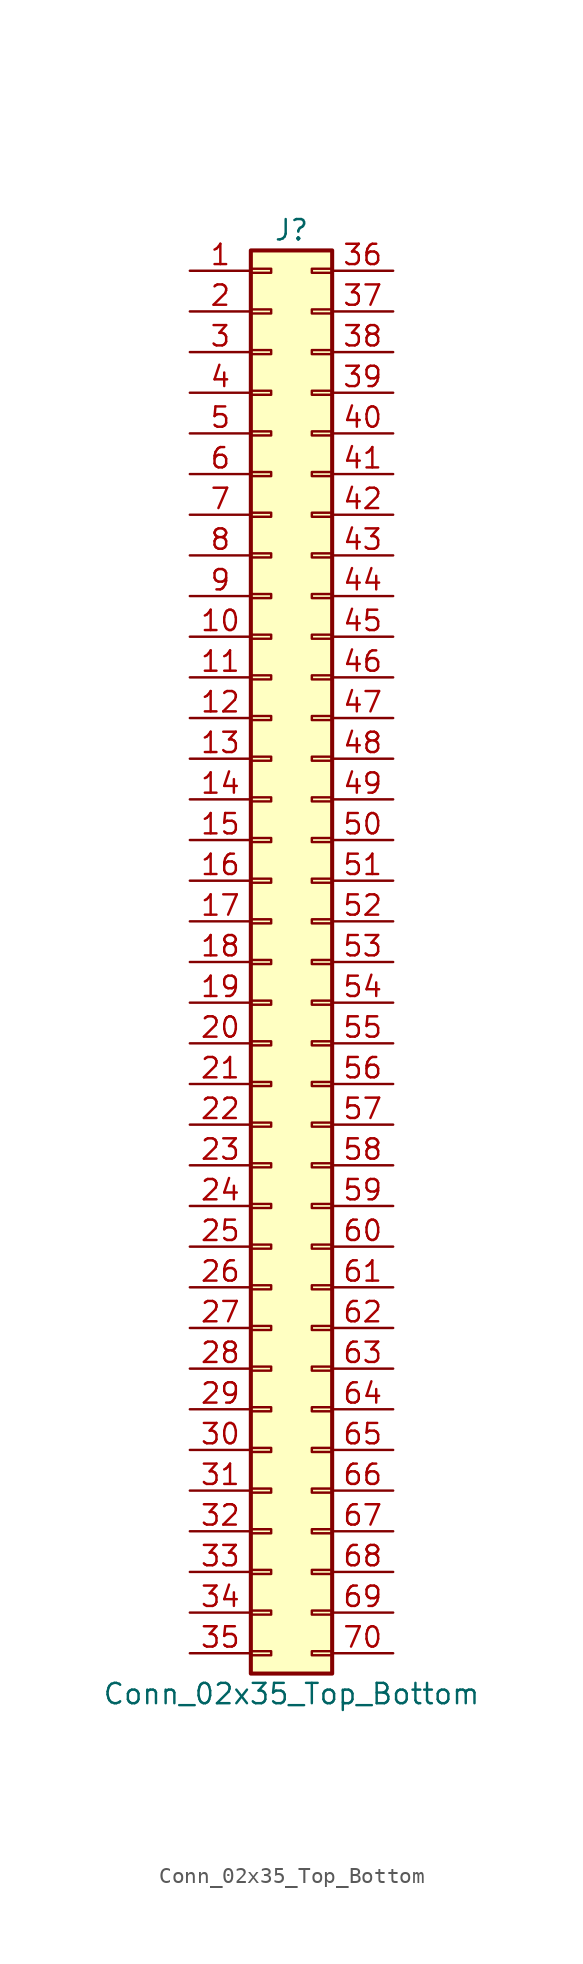
<source format=kicad_sym>
(kicad_symbol_lib
  (version 20211014)
  (generator kicad_symbol_editor)
  (symbol "Conn_02x35_Top_Bottom"
    (pin_names
      (offset 1.016) hide)
    (property "Reference" "J"
      (at 1.27 45.72 0)
      (effects (font (size 1.27 1.27))))
    (property "Value" "Conn_02x35_Top_Bottom"
      (at 1.27 -45.72 0)
      (effects (font (size 1.27 1.27))))
    (symbol "Conn_02x35_Top_Bottom_1_1"
      (rectangle (start -1.27 -43.053) (end 0 -43.307) (stroke (width 0.152) (type default) (color 0 0 0 0)) (fill (type none)))
      (rectangle (start -1.27 -40.513) (end 0 -40.767) (stroke (width 0.152) (type default) (color 0 0 0 0)) (fill (type none)))
      (rectangle (start -1.27 -37.973) (end 0 -38.227) (stroke (width 0.152) (type default) (color 0 0 0 0)) (fill (type none)))
      (rectangle (start -1.27 -35.433) (end 0 -35.687) (stroke (width 0.152) (type default) (color 0 0 0 0)) (fill (type none)))
      (rectangle (start -1.27 -32.893) (end 0 -33.147) (stroke (width 0.152) (type default) (color 0 0 0 0)) (fill (type none)))
      (rectangle (start -1.27 -30.353) (end 0 -30.607) (stroke (width 0.152) (type default) (color 0 0 0 0)) (fill (type none)))
      (rectangle (start -1.27 -27.813) (end 0 -28.067) (stroke (width 0.152) (type default) (color 0 0 0 0)) (fill (type none)))
      (rectangle (start -1.27 -25.273) (end 0 -25.527) (stroke (width 0.152) (type default) (color 0 0 0 0)) (fill (type none)))
      (rectangle (start -1.27 -22.733) (end 0 -22.987) (stroke (width 0.152) (type default) (color 0 0 0 0)) (fill (type none)))
      (rectangle (start -1.27 -20.193) (end 0 -20.447) (stroke (width 0.152) (type default) (color 0 0 0 0)) (fill (type none)))
      (rectangle (start -1.27 -17.653) (end 0 -17.907) (stroke (width 0.152) (type default) (color 0 0 0 0)) (fill (type none)))
      (rectangle (start -1.27 -15.113) (end 0 -15.367) (stroke (width 0.152) (type default) (color 0 0 0 0)) (fill (type none)))
      (rectangle (start -1.27 -12.573) (end 0 -12.827) (stroke (width 0.152) (type default) (color 0 0 0 0)) (fill (type none)))
      (rectangle (start -1.27 -10.033) (end 0 -10.287) (stroke (width 0.152) (type default) (color 0 0 0 0)) (fill (type none)))
      (rectangle (start -1.27 -7.493) (end 0 -7.747) (stroke (width 0.152) (type default) (color 0 0 0 0)) (fill (type none)))
      (rectangle (start -1.27 -4.953) (end 0 -5.207) (stroke (width 0.152) (type default) (color 0 0 0 0)) (fill (type none)))
      (rectangle (start -1.27 -2.413) (end 0 -2.667) (stroke (width 0.152) (type default) (color 0 0 0 0)) (fill (type none)))
      (rectangle (start -1.27 0.127) (end 0 -0.127) (stroke (width 0.152) (type default) (color 0 0 0 0)) (fill (type none)))
      (rectangle (start -1.27 2.667) (end 0 2.413) (stroke (width 0.152) (type default) (color 0 0 0 0)) (fill (type none)))
      (rectangle (start -1.27 5.207) (end 0 4.953) (stroke (width 0.152) (type default) (color 0 0 0 0)) (fill (type none)))
      (rectangle (start -1.27 7.747) (end 0 7.493) (stroke (width 0.152) (type default) (color 0 0 0 0)) (fill (type none)))
      (rectangle (start -1.27 10.287) (end 0 10.033) (stroke (width 0.152) (type default) (color 0 0 0 0)) (fill (type none)))
      (rectangle (start -1.27 12.827) (end 0 12.573) (stroke (width 0.152) (type default) (color 0 0 0 0)) (fill (type none)))
      (rectangle (start -1.27 15.367) (end 0 15.113) (stroke (width 0.152) (type default) (color 0 0 0 0)) (fill (type none)))
      (rectangle (start -1.27 17.907) (end 0 17.653) (stroke (width 0.152) (type default) (color 0 0 0 0)) (fill (type none)))
      (rectangle (start -1.27 20.447) (end 0 20.193) (stroke (width 0.152) (type default) (color 0 0 0 0)) (fill (type none)))
      (rectangle (start -1.27 22.987) (end 0 22.733) (stroke (width 0.152) (type default) (color 0 0 0 0)) (fill (type none)))
      (rectangle (start -1.27 25.527) (end 0 25.273) (stroke (width 0.152) (type default) (color 0 0 0 0)) (fill (type none)))
      (rectangle (start -1.27 28.067) (end 0 27.813) (stroke (width 0.152) (type default) (color 0 0 0 0)) (fill (type none)))
      (rectangle (start -1.27 30.607) (end 0 30.353) (stroke (width 0.152) (type default) (color 0 0 0 0)) (fill (type none)))
      (rectangle (start -1.27 33.147) (end 0 32.893) (stroke (width 0.152) (type default) (color 0 0 0 0)) (fill (type none)))
      (rectangle (start -1.27 35.687) (end 0 35.433) (stroke (width 0.152) (type default) (color 0 0 0 0)) (fill (type none)))
      (rectangle (start -1.27 38.227) (end 0 37.973) (stroke (width 0.152) (type default) (color 0 0 0 0)) (fill (type none)))
      (rectangle (start -1.27 40.767) (end 0 40.513) (stroke (width 0.152) (type default) (color 0 0 0 0)) (fill (type none)))
      (rectangle (start -1.27 43.307) (end 0 43.053) (stroke (width 0.152) (type default) (color 0 0 0 0)) (fill (type none)))
      (rectangle (start -1.27 44.45) (end 3.81 -44.45) (stroke (width 0.254) (type default) (color 0 0 0 0)) (fill (type background)))
      (rectangle (start 3.81 -43.053) (end 2.54 -43.307) (stroke (width 0.152) (type default) (color 0 0 0 0)) (fill (type none)))
      (rectangle (start 3.81 -40.513) (end 2.54 -40.767) (stroke (width 0.152) (type default) (color 0 0 0 0)) (fill (type none)))
      (rectangle (start 3.81 -37.973) (end 2.54 -38.227) (stroke (width 0.152) (type default) (color 0 0 0 0)) (fill (type none)))
      (rectangle (start 3.81 -35.433) (end 2.54 -35.687) (stroke (width 0.152) (type default) (color 0 0 0 0)) (fill (type none)))
      (rectangle (start 3.81 -32.893) (end 2.54 -33.147) (stroke (width 0.152) (type default) (color 0 0 0 0)) (fill (type none)))
      (rectangle (start 3.81 -30.353) (end 2.54 -30.607) (stroke (width 0.152) (type default) (color 0 0 0 0)) (fill (type none)))
      (rectangle (start 3.81 -27.813) (end 2.54 -28.067) (stroke (width 0.152) (type default) (color 0 0 0 0)) (fill (type none)))
      (rectangle (start 3.81 -25.273) (end 2.54 -25.527) (stroke (width 0.152) (type default) (color 0 0 0 0)) (fill (type none)))
      (rectangle (start 3.81 -22.733) (end 2.54 -22.987) (stroke (width 0.152) (type default) (color 0 0 0 0)) (fill (type none)))
      (rectangle (start 3.81 -20.193) (end 2.54 -20.447) (stroke (width 0.152) (type default) (color 0 0 0 0)) (fill (type none)))
      (rectangle (start 3.81 -17.653) (end 2.54 -17.907) (stroke (width 0.152) (type default) (color 0 0 0 0)) (fill (type none)))
      (rectangle (start 3.81 -15.113) (end 2.54 -15.367) (stroke (width 0.152) (type default) (color 0 0 0 0)) (fill (type none)))
      (rectangle (start 3.81 -12.573) (end 2.54 -12.827) (stroke (width 0.152) (type default) (color 0 0 0 0)) (fill (type none)))
      (rectangle (start 3.81 -10.033) (end 2.54 -10.287) (stroke (width 0.152) (type default) (color 0 0 0 0)) (fill (type none)))
      (rectangle (start 3.81 -7.493) (end 2.54 -7.747) (stroke (width 0.152) (type default) (color 0 0 0 0)) (fill (type none)))
      (rectangle (start 3.81 -4.953) (end 2.54 -5.207) (stroke (width 0.152) (type default) (color 0 0 0 0)) (fill (type none)))
      (rectangle (start 3.81 -2.413) (end 2.54 -2.667) (stroke (width 0.152) (type default) (color 0 0 0 0)) (fill (type none)))
      (rectangle (start 3.81 0.127) (end 2.54 -0.127) (stroke (width 0.152) (type default) (color 0 0 0 0)) (fill (type none)))
      (rectangle (start 3.81 2.667) (end 2.54 2.413) (stroke (width 0.152) (type default) (color 0 0 0 0)) (fill (type none)))
      (rectangle (start 3.81 5.207) (end 2.54 4.953) (stroke (width 0.152) (type default) (color 0 0 0 0)) (fill (type none)))
      (rectangle (start 3.81 7.747) (end 2.54 7.493) (stroke (width 0.152) (type default) (color 0 0 0 0)) (fill (type none)))
      (rectangle (start 3.81 10.287) (end 2.54 10.033) (stroke (width 0.152) (type default) (color 0 0 0 0)) (fill (type none)))
      (rectangle (start 3.81 12.827) (end 2.54 12.573) (stroke (width 0.152) (type default) (color 0 0 0 0)) (fill (type none)))
      (rectangle (start 3.81 15.367) (end 2.54 15.113) (stroke (width 0.152) (type default) (color 0 0 0 0)) (fill (type none)))
      (rectangle (start 3.81 17.907) (end 2.54 17.653) (stroke (width 0.152) (type default) (color 0 0 0 0)) (fill (type none)))
      (rectangle (start 3.81 20.447) (end 2.54 20.193) (stroke (width 0.152) (type default) (color 0 0 0 0)) (fill (type none)))
      (rectangle (start 3.81 22.987) (end 2.54 22.733) (stroke (width 0.152) (type default) (color 0 0 0 0)) (fill (type none)))
      (rectangle (start 3.81 25.527) (end 2.54 25.273) (stroke (width 0.152) (type default) (color 0 0 0 0)) (fill (type none)))
      (rectangle (start 3.81 28.067) (end 2.54 27.813) (stroke (width 0.152) (type default) (color 0 0 0 0)) (fill (type none)))
      (rectangle (start 3.81 30.607) (end 2.54 30.353) (stroke (width 0.152) (type default) (color 0 0 0 0)) (fill (type none)))
      (rectangle (start 3.81 33.147) (end 2.54 32.893) (stroke (width 0.152) (type default) (color 0 0 0 0)) (fill (type none)))
      (rectangle (start 3.81 35.687) (end 2.54 35.433) (stroke (width 0.152) (type default) (color 0 0 0 0)) (fill (type none)))
      (rectangle (start 3.81 38.227) (end 2.54 37.973) (stroke (width 0.152) (type default) (color 0 0 0 0)) (fill (type none)))
      (rectangle (start 3.81 40.767) (end 2.54 40.513) (stroke (width 0.152) (type default) (color 0 0 0 0)) (fill (type none)))
      (rectangle (start 3.81 43.307) (end 2.54 43.053) (stroke (width 0.152) (type default) (color 0 0 0 0)) (fill (type none)))
      (pin passive line (at -5.08 43.18 0) (length 3.81) (name "Pin_1" (effects (font (size 1.27 1.27)))) (number "1" (effects (font (size 1.27 1.27)))))
      (pin passive line (at -5.08 20.32 0) (length 3.81) (name "Pin_10" (effects (font (size 1.27 1.27)))) (number "10" (effects (font (size 1.27 1.27)))))
      (pin passive line (at -5.08 17.78 0) (length 3.81) (name "Pin_11" (effects (font (size 1.27 1.27)))) (number "11" (effects (font (size 1.27 1.27)))))
      (pin passive line (at -5.08 15.24 0) (length 3.81) (name "Pin_12" (effects (font (size 1.27 1.27)))) (number "12" (effects (font (size 1.27 1.27)))))
      (pin passive line (at -5.08 12.7 0) (length 3.81) (name "Pin_13" (effects (font (size 1.27 1.27)))) (number "13" (effects (font (size 1.27 1.27)))))
      (pin passive line (at -5.08 10.16 0) (length 3.81) (name "Pin_14" (effects (font (size 1.27 1.27)))) (number "14" (effects (font (size 1.27 1.27)))))
      (pin passive line (at -5.08 7.62 0) (length 3.81) (name "Pin_15" (effects (font (size 1.27 1.27)))) (number "15" (effects (font (size 1.27 1.27)))))
      (pin passive line (at -5.08 5.08 0) (length 3.81) (name "Pin_16" (effects (font (size 1.27 1.27)))) (number "16" (effects (font (size 1.27 1.27)))))
      (pin passive line (at -5.08 2.54 0) (length 3.81) (name "Pin_17" (effects (font (size 1.27 1.27)))) (number "17" (effects (font (size 1.27 1.27)))))
      (pin passive line (at -5.08 0 0) (length 3.81) (name "Pin_18" (effects (font (size 1.27 1.27)))) (number "18" (effects (font (size 1.27 1.27)))))
      (pin passive line (at -5.08 -2.54 0) (length 3.81) (name "Pin_19" (effects (font (size 1.27 1.27)))) (number "19" (effects (font (size 1.27 1.27)))))
      (pin passive line (at -5.08 40.64 0) (length 3.81) (name "Pin_2" (effects (font (size 1.27 1.27)))) (number "2" (effects (font (size 1.27 1.27)))))
      (pin passive line (at -5.08 -5.08 0) (length 3.81) (name "Pin_20" (effects (font (size 1.27 1.27)))) (number "20" (effects (font (size 1.27 1.27)))))
      (pin passive line (at -5.08 -7.62 0) (length 3.81) (name "Pin_21" (effects (font (size 1.27 1.27)))) (number "21" (effects (font (size 1.27 1.27)))))
      (pin passive line (at -5.08 -10.16 0) (length 3.81) (name "Pin_22" (effects (font (size 1.27 1.27)))) (number "22" (effects (font (size 1.27 1.27)))))
      (pin passive line (at -5.08 -12.7 0) (length 3.81) (name "Pin_23" (effects (font (size 1.27 1.27)))) (number "23" (effects (font (size 1.27 1.27)))))
      (pin passive line (at -5.08 -15.24 0) (length 3.81) (name "Pin_24" (effects (font (size 1.27 1.27)))) (number "24" (effects (font (size 1.27 1.27)))))
      (pin passive line (at -5.08 -17.78 0) (length 3.81) (name "Pin_25" (effects (font (size 1.27 1.27)))) (number "25" (effects (font (size 1.27 1.27)))))
      (pin passive line (at -5.08 -20.32 0) (length 3.81) (name "Pin_26" (effects (font (size 1.27 1.27)))) (number "26" (effects (font (size 1.27 1.27)))))
      (pin passive line (at -5.08 -22.86 0) (length 3.81) (name "Pin_27" (effects (font (size 1.27 1.27)))) (number "27" (effects (font (size 1.27 1.27)))))
      (pin passive line (at -5.08 -25.4 0) (length 3.81) (name "Pin_28" (effects (font (size 1.27 1.27)))) (number "28" (effects (font (size 1.27 1.27)))))
      (pin passive line (at -5.08 -27.94 0) (length 3.81) (name "Pin_29" (effects (font (size 1.27 1.27)))) (number "29" (effects (font (size 1.27 1.27)))))
      (pin passive line (at -5.08 38.1 0) (length 3.81) (name "Pin_3" (effects (font (size 1.27 1.27)))) (number "3" (effects (font (size 1.27 1.27)))))
      (pin passive line (at -5.08 -30.48 0) (length 3.81) (name "Pin_30" (effects (font (size 1.27 1.27)))) (number "30" (effects (font (size 1.27 1.27)))))
      (pin passive line (at -5.08 -33.02 0) (length 3.81) (name "Pin_31" (effects (font (size 1.27 1.27)))) (number "31" (effects (font (size 1.27 1.27)))))
      (pin passive line (at -5.08 -35.56 0) (length 3.81) (name "Pin_32" (effects (font (size 1.27 1.27)))) (number "32" (effects (font (size 1.27 1.27)))))
      (pin passive line (at -5.08 -38.1 0) (length 3.81) (name "Pin_33" (effects (font (size 1.27 1.27)))) (number "33" (effects (font (size 1.27 1.27)))))
      (pin passive line (at -5.08 -40.64 0) (length 3.81) (name "Pin_34" (effects (font (size 1.27 1.27)))) (number "34" (effects (font (size 1.27 1.27)))))
      (pin passive line (at -5.08 -43.18 0) (length 3.81) (name "Pin_35" (effects (font (size 1.27 1.27)))) (number "35" (effects (font (size 1.27 1.27)))))
      (pin passive line (at 7.62 43.18 180) (length 3.81) (name "Pin_36" (effects (font (size 1.27 1.27)))) (number "36" (effects (font (size 1.27 1.27)))))
      (pin passive line (at 7.62 40.64 180) (length 3.81) (name "Pin_37" (effects (font (size 1.27 1.27)))) (number "37" (effects (font (size 1.27 1.27)))))
      (pin passive line (at 7.62 38.1 180) (length 3.81) (name "Pin_38" (effects (font (size 1.27 1.27)))) (number "38" (effects (font (size 1.27 1.27)))))
      (pin passive line (at 7.62 35.56 180) (length 3.81) (name "Pin_39" (effects (font (size 1.27 1.27)))) (number "39" (effects (font (size 1.27 1.27)))))
      (pin passive line (at -5.08 35.56 0) (length 3.81) (name "Pin_4" (effects (font (size 1.27 1.27)))) (number "4" (effects (font (size 1.27 1.27)))))
      (pin passive line (at 7.62 33.02 180) (length 3.81) (name "Pin_40" (effects (font (size 1.27 1.27)))) (number "40" (effects (font (size 1.27 1.27)))))
      (pin passive line (at 7.62 30.48 180) (length 3.81) (name "Pin_41" (effects (font (size 1.27 1.27)))) (number "41" (effects (font (size 1.27 1.27)))))
      (pin passive line (at 7.62 27.94 180) (length 3.81) (name "Pin_42" (effects (font (size 1.27 1.27)))) (number "42" (effects (font (size 1.27 1.27)))))
      (pin passive line (at 7.62 25.4 180) (length 3.81) (name "Pin_43" (effects (font (size 1.27 1.27)))) (number "43" (effects (font (size 1.27 1.27)))))
      (pin passive line (at 7.62 22.86 180) (length 3.81) (name "Pin_44" (effects (font (size 1.27 1.27)))) (number "44" (effects (font (size 1.27 1.27)))))
      (pin passive line (at 7.62 20.32 180) (length 3.81) (name "Pin_45" (effects (font (size 1.27 1.27)))) (number "45" (effects (font (size 1.27 1.27)))))
      (pin passive line (at 7.62 17.78 180) (length 3.81) (name "Pin_46" (effects (font (size 1.27 1.27)))) (number "46" (effects (font (size 1.27 1.27)))))
      (pin passive line (at 7.62 15.24 180) (length 3.81) (name "Pin_47" (effects (font (size 1.27 1.27)))) (number "47" (effects (font (size 1.27 1.27)))))
      (pin passive line (at 7.62 12.7 180) (length 3.81) (name "Pin_48" (effects (font (size 1.27 1.27)))) (number "48" (effects (font (size 1.27 1.27)))))
      (pin passive line (at 7.62 10.16 180) (length 3.81) (name "Pin_49" (effects (font (size 1.27 1.27)))) (number "49" (effects (font (size 1.27 1.27)))))
      (pin passive line (at -5.08 33.02 0) (length 3.81) (name "Pin_5" (effects (font (size 1.27 1.27)))) (number "5" (effects (font (size 1.27 1.27)))))
      (pin passive line (at 7.62 7.62 180) (length 3.81) (name "Pin_50" (effects (font (size 1.27 1.27)))) (number "50" (effects (font (size 1.27 1.27)))))
      (pin passive line (at 7.62 5.08 180) (length 3.81) (name "Pin_51" (effects (font (size 1.27 1.27)))) (number "51" (effects (font (size 1.27 1.27)))))
      (pin passive line (at 7.62 2.54 180) (length 3.81) (name "Pin_52" (effects (font (size 1.27 1.27)))) (number "52" (effects (font (size 1.27 1.27)))))
      (pin passive line (at 7.62 0 180) (length 3.81) (name "Pin_53" (effects (font (size 1.27 1.27)))) (number "53" (effects (font (size 1.27 1.27)))))
      (pin passive line (at 7.62 -2.54 180) (length 3.81) (name "Pin_54" (effects (font (size 1.27 1.27)))) (number "54" (effects (font (size 1.27 1.27)))))
      (pin passive line (at 7.62 -5.08 180) (length 3.81) (name "Pin_55" (effects (font (size 1.27 1.27)))) (number "55" (effects (font (size 1.27 1.27)))))
      (pin passive line (at 7.62 -7.62 180) (length 3.81) (name "Pin_56" (effects (font (size 1.27 1.27)))) (number "56" (effects (font (size 1.27 1.27)))))
      (pin passive line (at 7.62 -10.16 180) (length 3.81) (name "Pin_57" (effects (font (size 1.27 1.27)))) (number "57" (effects (font (size 1.27 1.27)))))
      (pin passive line (at 7.62 -12.7 180) (length 3.81) (name "Pin_58" (effects (font (size 1.27 1.27)))) (number "58" (effects (font (size 1.27 1.27)))))
      (pin passive line (at 7.62 -15.24 180) (length 3.81) (name "Pin_59" (effects (font (size 1.27 1.27)))) (number "59" (effects (font (size 1.27 1.27)))))
      (pin passive line (at -5.08 30.48 0) (length 3.81) (name "Pin_6" (effects (font (size 1.27 1.27)))) (number "6" (effects (font (size 1.27 1.27)))))
      (pin passive line (at 7.62 -17.78 180) (length 3.81) (name "Pin_60" (effects (font (size 1.27 1.27)))) (number "60" (effects (font (size 1.27 1.27)))))
      (pin passive line (at 7.62 -20.32 180) (length 3.81) (name "Pin_61" (effects (font (size 1.27 1.27)))) (number "61" (effects (font (size 1.27 1.27)))))
      (pin passive line (at 7.62 -22.86 180) (length 3.81) (name "Pin_62" (effects (font (size 1.27 1.27)))) (number "62" (effects (font (size 1.27 1.27)))))
      (pin passive line (at 7.62 -25.4 180) (length 3.81) (name "Pin_63" (effects (font (size 1.27 1.27)))) (number "63" (effects (font (size 1.27 1.27)))))
      (pin passive line (at 7.62 -27.94 180) (length 3.81) (name "Pin_64" (effects (font (size 1.27 1.27)))) (number "64" (effects (font (size 1.27 1.27)))))
      (pin passive line (at 7.62 -30.48 180) (length 3.81) (name "Pin_65" (effects (font (size 1.27 1.27)))) (number "65" (effects (font (size 1.27 1.27)))))
      (pin passive line (at 7.62 -33.02 180) (length 3.81) (name "Pin_66" (effects (font (size 1.27 1.27)))) (number "66" (effects (font (size 1.27 1.27)))))
      (pin passive line (at 7.62 -35.56 180) (length 3.81) (name "Pin_67" (effects (font (size 1.27 1.27)))) (number "67" (effects (font (size 1.27 1.27)))))
      (pin passive line (at 7.62 -38.1 180) (length 3.81) (name "Pin_68" (effects (font (size 1.27 1.27)))) (number "68" (effects (font (size 1.27 1.27)))))
      (pin passive line (at 7.62 -40.64 180) (length 3.81) (name "Pin_69" (effects (font (size 1.27 1.27)))) (number "69" (effects (font (size 1.27 1.27)))))
      (pin passive line (at -5.08 27.94 0) (length 3.81) (name "Pin_7" (effects (font (size 1.27 1.27)))) (number "7" (effects (font (size 1.27 1.27)))))
      (pin passive line (at 7.62 -43.18 180) (length 3.81) (name "Pin_70" (effects (font (size 1.27 1.27)))) (number "70" (effects (font (size 1.27 1.27)))))
      (pin passive line (at -5.08 25.4 0) (length 3.81) (name "Pin_8" (effects (font (size 1.27 1.27)))) (number "8" (effects (font (size 1.27 1.27)))))
      (pin passive line (at -5.08 22.86 0) (length 3.81) (name "Pin_9" (effects (font (size 1.27 1.27)))) (number "9" (effects (font (size 1.27 1.27))))))))
</source>
